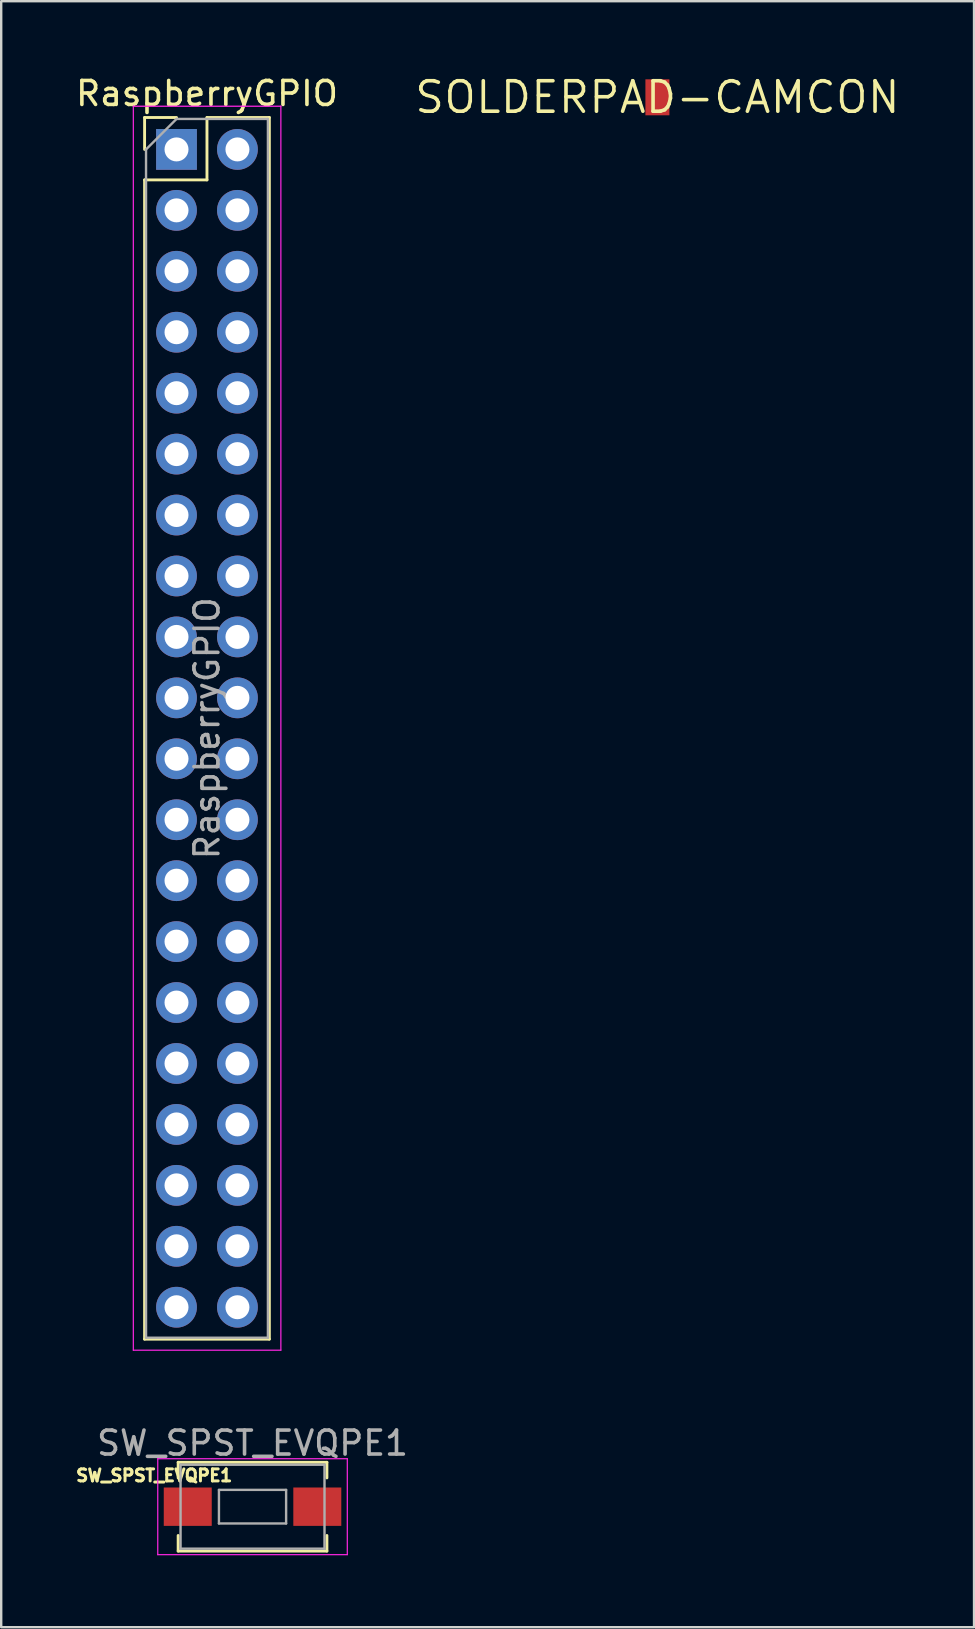
<source format=kicad_pcb>
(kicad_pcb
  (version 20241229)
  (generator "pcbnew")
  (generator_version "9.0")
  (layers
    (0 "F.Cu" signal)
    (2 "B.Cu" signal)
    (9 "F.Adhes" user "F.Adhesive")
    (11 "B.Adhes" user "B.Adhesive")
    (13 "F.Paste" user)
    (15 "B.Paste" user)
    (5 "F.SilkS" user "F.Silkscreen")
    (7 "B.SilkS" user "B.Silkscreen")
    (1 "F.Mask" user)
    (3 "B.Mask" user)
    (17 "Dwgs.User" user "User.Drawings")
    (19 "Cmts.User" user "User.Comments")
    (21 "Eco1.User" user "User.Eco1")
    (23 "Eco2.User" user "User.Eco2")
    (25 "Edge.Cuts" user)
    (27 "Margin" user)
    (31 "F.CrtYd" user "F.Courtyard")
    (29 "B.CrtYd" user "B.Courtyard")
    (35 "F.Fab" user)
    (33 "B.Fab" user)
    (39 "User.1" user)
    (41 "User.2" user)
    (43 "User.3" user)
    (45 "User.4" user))
  (footprint "SW_SPST_EVQPE1"
    (layer "F.Cu")
    (at 7.476 59.752)
    (property "Reference" "SW_SPST_EVQPE1" (at -4.1 -1.3 0) (layer "F.SilkS") (effects (font (size 0.5 0.5) (thickness 0.125))))
    (attr smd)
    (fp_line (start -3.1 -1.85) (end -3.1 -1.2) (stroke (width 0.12) (type solid)) (layer "F.SilkS"))
    (fp_line (start -3.1 1.2) (end -3.1 1.85) (stroke (width 0.12) (type solid)) (layer "F.SilkS"))
    (fp_line (start -3.1 1.85) (end 3.1 1.85) (stroke (width 0.12) (type solid)) (layer "F.SilkS"))
    (fp_line (start 3.1 -1.85) (end -3.1 -1.85) (stroke (width 0.12) (type solid)) (layer "F.SilkS"))
    (fp_line (start 3.1 -1.85) (end 3.1 -1.2) (stroke (width 0.12) (type solid)) (layer "F.SilkS"))
    (fp_line (start 3.1 1.85) (end 3.1 1.2) (stroke (width 0.12) (type solid)) (layer "F.SilkS"))
    (fp_line (start -3.95 -2) (end 3.95 -2) (stroke (width 0.05) (type solid)) (layer "F.CrtYd"))
    (fp_line (start -3.95 2) (end -3.95 -2) (stroke (width 0.05) (type solid)) (layer "F.CrtYd"))
    (fp_line (start 3.95 -2) (end 3.95 2) (stroke (width 0.05) (type solid)) (layer "F.CrtYd"))
    (fp_line (start 3.95 2) (end -3.95 2) (stroke (width 0.05) (type solid)) (layer "F.CrtYd"))
    (fp_line (start -3 -1.75) (end 3 -1.75) (stroke (width 0.1) (type solid)) (layer "F.Fab"))
    (fp_line (start -3 1.75) (end -3 -1.75) (stroke (width 0.1) (type solid)) (layer "F.Fab"))
    (fp_line (start -1.4 -0.7) (end 1.4 -0.7) (stroke (width 0.1) (type solid)) (layer "F.Fab"))
    (fp_line (start -1.4 0.7) (end -1.4 -0.7) (stroke (width 0.1) (type solid)) (layer "F.Fab"))
    (fp_line (start 1.4 -0.7) (end 1.4 0.7) (stroke (width 0.1) (type solid)) (layer "F.Fab"))
    (fp_line (start 1.4 0.7) (end -1.4 0.7) (stroke (width 0.1) (type solid)) (layer "F.Fab"))
    (fp_line (start 3 -1.75) (end 3 1.75) (stroke (width 0.1) (type solid)) (layer "F.Fab"))
    (fp_line (start 3 1.75) (end -3 1.75) (stroke (width 0.1) (type solid)) (layer "F.Fab"))
    (fp_text user "${REFERENCE}" (at 0 -2.65 0) (layer "F.Fab") (effects (font (size 1 1) (thickness 0.15))))
    (pad "1" smd rect (at -2.7 0) (size 2 1.6) (layers "F.Cu" "F.Mask" "F.Paste"))
    (pad "2" smd rect (at 2.7 0) (size 2 1.6) (layers "F.Cu" "F.Mask" "F.Paste")))
  (footprint "RaspberryGPIO"
    (layer "F.Cu")
    (at 4.307 3.178)
    (property "Reference" "RaspberryGPIO" (at 1.27 -2.33 0) (layer "F.SilkS") (effects (font (size 1 1) (thickness 0.15))))
    (attr through_hole)
    (fp_line (start -1.33 -1.33) (end 0 -1.33) (stroke (width 0.12) (type solid)) (layer "F.SilkS"))
    (fp_line (start -1.33 0) (end -1.33 -1.33) (stroke (width 0.12) (type solid)) (layer "F.SilkS"))
    (fp_line (start -1.33 1.27) (end -1.33 49.59) (stroke (width 0.12) (type solid)) (layer "F.SilkS"))
    (fp_line (start -1.33 1.27) (end 1.27 1.27) (stroke (width 0.12) (type solid)) (layer "F.SilkS"))
    (fp_line (start -1.33 49.59) (end 3.87 49.59) (stroke (width 0.12) (type solid)) (layer "F.SilkS"))
    (fp_line (start 1.27 -1.33) (end 3.87 -1.33) (stroke (width 0.12) (type solid)) (layer "F.SilkS"))
    (fp_line (start 1.27 1.27) (end 1.27 -1.33) (stroke (width 0.12) (type solid)) (layer "F.SilkS"))
    (fp_line (start 3.87 -1.33) (end 3.87 49.59) (stroke (width 0.12) (type solid)) (layer "F.SilkS"))
    (fp_line (start -1.8 -1.8) (end -1.8 50.05) (stroke (width 0.05) (type solid)) (layer "F.CrtYd"))
    (fp_line (start -1.8 50.05) (end 4.35 50.05) (stroke (width 0.05) (type solid)) (layer "F.CrtYd"))
    (fp_line (start 4.35 -1.8) (end -1.8 -1.8) (stroke (width 0.05) (type solid)) (layer "F.CrtYd"))
    (fp_line (start 4.35 50.05) (end 4.35 -1.8) (stroke (width 0.05) (type solid)) (layer "F.CrtYd"))
    (fp_line (start -1.27 0) (end 0 -1.27) (stroke (width 0.1) (type solid)) (layer "F.Fab"))
    (fp_line (start -1.27 49.53) (end -1.27 0) (stroke (width 0.1) (type solid)) (layer "F.Fab"))
    (fp_line (start 0 -1.27) (end 3.81 -1.27) (stroke (width 0.1) (type solid)) (layer "F.Fab"))
    (fp_line (start 3.81 -1.27) (end 3.81 49.53) (stroke (width 0.1) (type solid)) (layer "F.Fab"))
    (fp_line (start 3.81 49.53) (end -1.27 49.53) (stroke (width 0.1) (type solid)) (layer "F.Fab"))
    (fp_text user "${REFERENCE}" (at 1.27 24.13 90) (layer "F.Fab") (effects (font (size 1 1) (thickness 0.15))))
    (pad "1" thru_hole rect (at 0 0) (size 1.7 1.7) (drill 1) (layers "*.Cu" "*.Mask"))
    (pad "2" thru_hole oval (at 2.54 0) (size 1.7 1.7) (drill 1) (layers "*.Cu" "*.Mask"))
    (pad "3" thru_hole oval (at 0 2.54) (size 1.7 1.7) (drill 1) (layers "*.Cu" "*.Mask"))
    (pad "4" thru_hole oval (at 2.54 2.54) (size 1.7 1.7) (drill 1) (layers "*.Cu" "*.Mask"))
    (pad "5" thru_hole oval (at 0 5.08) (size 1.7 1.7) (drill 1) (layers "*.Cu" "*.Mask"))
    (pad "6" thru_hole oval (at 2.54 5.08) (size 1.7 1.7) (drill 1) (layers "*.Cu" "*.Mask"))
    (pad "7" thru_hole oval (at 0 7.62) (size 1.7 1.7) (drill 1) (layers "*.Cu" "*.Mask"))
    (pad "8" thru_hole oval (at 2.54 7.62) (size 1.7 1.7) (drill 1) (layers "*.Cu" "*.Mask"))
    (pad "9" thru_hole oval (at 0 10.16) (size 1.7 1.7) (drill 1) (layers "*.Cu" "*.Mask"))
    (pad "10" thru_hole oval (at 2.54 10.16) (size 1.7 1.7) (drill 1) (layers "*.Cu" "*.Mask"))
    (pad "11" thru_hole oval (at 0 12.7) (size 1.7 1.7) (drill 1) (layers "*.Cu" "*.Mask"))
    (pad "12" thru_hole oval (at 2.54 12.7) (size 1.7 1.7) (drill 1) (layers "*.Cu" "*.Mask"))
    (pad "13" thru_hole oval (at 0 15.24) (size 1.7 1.7) (drill 1) (layers "*.Cu" "*.Mask"))
    (pad "14" thru_hole oval (at 2.54 15.24) (size 1.7 1.7) (drill 1) (layers "*.Cu" "*.Mask"))
    (pad "15" thru_hole oval (at 0 17.78) (size 1.7 1.7) (drill 1) (layers "*.Cu" "*.Mask"))
    (pad "16" thru_hole oval (at 2.54 17.78) (size 1.7 1.7) (drill 1) (layers "*.Cu" "*.Mask"))
    (pad "17" thru_hole oval (at 0 20.32) (size 1.7 1.7) (drill 1) (layers "*.Cu" "*.Mask"))
    (pad "18" thru_hole oval (at 2.54 20.32) (size 1.7 1.7) (drill 1) (layers "*.Cu" "*.Mask"))
    (pad "19" thru_hole oval (at 0 22.86) (size 1.7 1.7) (drill 1) (layers "*.Cu" "*.Mask"))
    (pad "20" thru_hole oval (at 2.54 22.86) (size 1.7 1.7) (drill 1) (layers "*.Cu" "*.Mask"))
    (pad "21" thru_hole oval (at 0 25.4) (size 1.7 1.7) (drill 1) (layers "*.Cu" "*.Mask"))
    (pad "22" thru_hole oval (at 2.54 25.4) (size 1.7 1.7) (drill 1) (layers "*.Cu" "*.Mask"))
    (pad "23" thru_hole oval (at 0 27.94) (size 1.7 1.7) (drill 1) (layers "*.Cu" "*.Mask"))
    (pad "24" thru_hole oval (at 2.54 27.94) (size 1.7 1.7) (drill 1) (layers "*.Cu" "*.Mask"))
    (pad "25" thru_hole oval (at 0 30.48) (size 1.7 1.7) (drill 1) (layers "*.Cu" "*.Mask"))
    (pad "26" thru_hole oval (at 2.54 30.48) (size 1.7 1.7) (drill 1) (layers "*.Cu" "*.Mask"))
    (pad "27" thru_hole oval (at 0 33.02) (size 1.7 1.7) (drill 1) (layers "*.Cu" "*.Mask"))
    (pad "28" thru_hole oval (at 2.54 33.02) (size 1.7 1.7) (drill 1) (layers "*.Cu" "*.Mask"))
    (pad "29" thru_hole oval (at 0 35.56) (size 1.7 1.7) (drill 1) (layers "*.Cu" "*.Mask"))
    (pad "30" thru_hole oval (at 2.54 35.56) (size 1.7 1.7) (drill 1) (layers "*.Cu" "*.Mask"))
    (pad "31" thru_hole oval (at 0 38.1) (size 1.7 1.7) (drill 1) (layers "*.Cu" "*.Mask"))
    (pad "32" thru_hole oval (at 2.54 38.1) (size 1.7 1.7) (drill 1) (layers "*.Cu" "*.Mask"))
    (pad "33" thru_hole oval (at 0 40.64) (size 1.7 1.7) (drill 1) (layers "*.Cu" "*.Mask"))
    (pad "34" thru_hole oval (at 2.54 40.64) (size 1.7 1.7) (drill 1) (layers "*.Cu" "*.Mask"))
    (pad "35" thru_hole oval (at 0 43.18) (size 1.7 1.7) (drill 1) (layers "*.Cu" "*.Mask"))
    (pad "36" thru_hole oval (at 2.54 43.18) (size 1.7 1.7) (drill 1) (layers "*.Cu" "*.Mask"))
    (pad "37" thru_hole oval (at 0 45.72) (size 1.7 1.7) (drill 1) (layers "*.Cu" "*.Mask"))
    (pad "38" thru_hole oval (at 2.54 45.72) (size 1.7 1.7) (drill 1) (layers "*.Cu" "*.Mask"))
    (pad "39" thru_hole oval (at 0 48.26) (size 1.7 1.7) (drill 1) (layers "*.Cu" "*.Mask"))
    (pad "40" thru_hole oval (at 2.54 48.26) (size 1.7 1.7) (drill 1) (layers "*.Cu" "*.Mask")))
  (footprint "SOLDERPAD-CAMCON"
    (layer "F.Cu")
    (at 24.352 1.006)
    (property "Reference" "SOLDERPAD-CAMCON" (at 0 0 0) (layer "F.SilkS") (effects (font (size 1.27 1.27) (thickness 0.15))))
    (attr through_hole)
    (pad "P$1" smd rect (at 0 0) (size 1 1.5) (layers "F.Cu" "F.Mask" "F.Paste")))
  (gr_rect
    (start -3 -3)
    (end 37.55 64.776)
    (stroke (width 0.1) (type default))
    (fill no)
    (layer "Edge.Cuts")))
</source>
